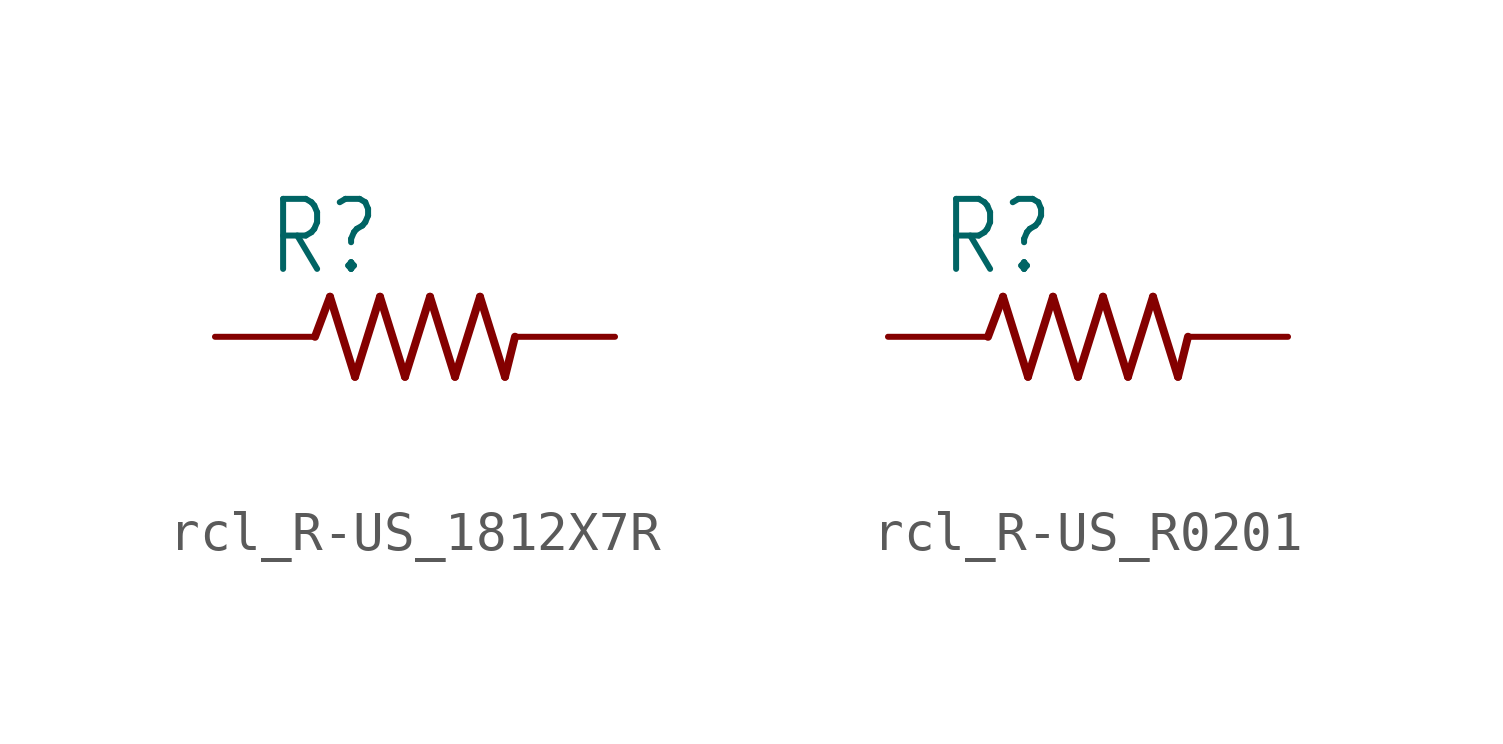
<source format=kicad_sym>
(kicad_symbol_lib
  (version 20231120)
  (generator "kicad_symbol_editor")
  (generator_version "8.0")
  (symbol "rcl_R-US_1812X7R"
    (property "Reference" "R"
      (at -3.81 1.499 0)
      (effects (font (size 1.778 1.511)) (justify left bottom)))
    (property "Value" ""
      (at -3.81 -3.302 0)
      (effects (font (size 1.778 1.511)) (justify left bottom)))
    (property "ki_locked" ""
      (at 0 0 0)
      (effects (font (size 1.27 1.27))))
    (symbol "rcl_R-US_1812X7R_1_0"
      (polyline (pts (xy -2.54 0) (xy -2.159 1.016)) (stroke (width 0.203) (type solid)) (fill (type none)))
      (polyline (pts (xy -2.159 1.016) (xy -1.524 -1.016)) (stroke (width 0.203) (type solid)) (fill (type none)))
      (polyline (pts (xy -1.524 -1.016) (xy -0.889 1.016)) (stroke (width 0.203) (type solid)) (fill (type none)))
      (polyline (pts (xy -0.889 1.016) (xy -0.254 -1.016)) (stroke (width 0.203) (type solid)) (fill (type none)))
      (polyline (pts (xy -0.254 -1.016) (xy 0.381 1.016)) (stroke (width 0.203) (type solid)) (fill (type none)))
      (polyline (pts (xy 0.381 1.016) (xy 1.016 -1.016)) (stroke (width 0.203) (type solid)) (fill (type none)))
      (polyline (pts (xy 1.016 -1.016) (xy 1.651 1.016)) (stroke (width 0.203) (type solid)) (fill (type none)))
      (polyline (pts (xy 1.651 1.016) (xy 2.286 -1.016)) (stroke (width 0.203) (type solid)) (fill (type none)))
      (polyline (pts (xy 2.286 -1.016) (xy 2.54 0)) (stroke (width 0.203) (type solid)) (fill (type none)))
      (pin passive line (at -5.08 0 0) (length 2.54) (name "1" (effects (font (size 0 0)))) (number "1" (effects (font (size 0 0)))))
      (pin passive line (at 5.08 0 180) (length 2.54) (name "2" (effects (font (size 0 0)))) (number "2" (effects (font (size 0 0)))))))
  (symbol "rcl_R-US_R0201"
    (property "Reference" "R"
      (at -3.81 1.499 0)
      (effects (font (size 1.778 1.511)) (justify left bottom)))
    (property "Value" ""
      (at -3.81 -3.302 0)
      (effects (font (size 1.778 1.511)) (justify left bottom)))
    (property "ki_locked" ""
      (at 0 0 0)
      (effects (font (size 1.27 1.27))))
    (symbol "rcl_R-US_R0201_1_0"
      (polyline (pts (xy -2.54 0) (xy -2.159 1.016)) (stroke (width 0.203) (type solid)) (fill (type none)))
      (polyline (pts (xy -2.159 1.016) (xy -1.524 -1.016)) (stroke (width 0.203) (type solid)) (fill (type none)))
      (polyline (pts (xy -1.524 -1.016) (xy -0.889 1.016)) (stroke (width 0.203) (type solid)) (fill (type none)))
      (polyline (pts (xy -0.889 1.016) (xy -0.254 -1.016)) (stroke (width 0.203) (type solid)) (fill (type none)))
      (polyline (pts (xy -0.254 -1.016) (xy 0.381 1.016)) (stroke (width 0.203) (type solid)) (fill (type none)))
      (polyline (pts (xy 0.381 1.016) (xy 1.016 -1.016)) (stroke (width 0.203) (type solid)) (fill (type none)))
      (polyline (pts (xy 1.016 -1.016) (xy 1.651 1.016)) (stroke (width 0.203) (type solid)) (fill (type none)))
      (polyline (pts (xy 1.651 1.016) (xy 2.286 -1.016)) (stroke (width 0.203) (type solid)) (fill (type none)))
      (polyline (pts (xy 2.286 -1.016) (xy 2.54 0)) (stroke (width 0.203) (type solid)) (fill (type none)))
      (pin passive line (at -5.08 0 0) (length 2.54) (name "1" (effects (font (size 0 0)))) (number "1" (effects (font (size 0 0)))))
      (pin passive line (at 5.08 0 180) (length 2.54) (name "2" (effects (font (size 0 0)))) (number "2" (effects (font (size 0 0))))))))
</source>
